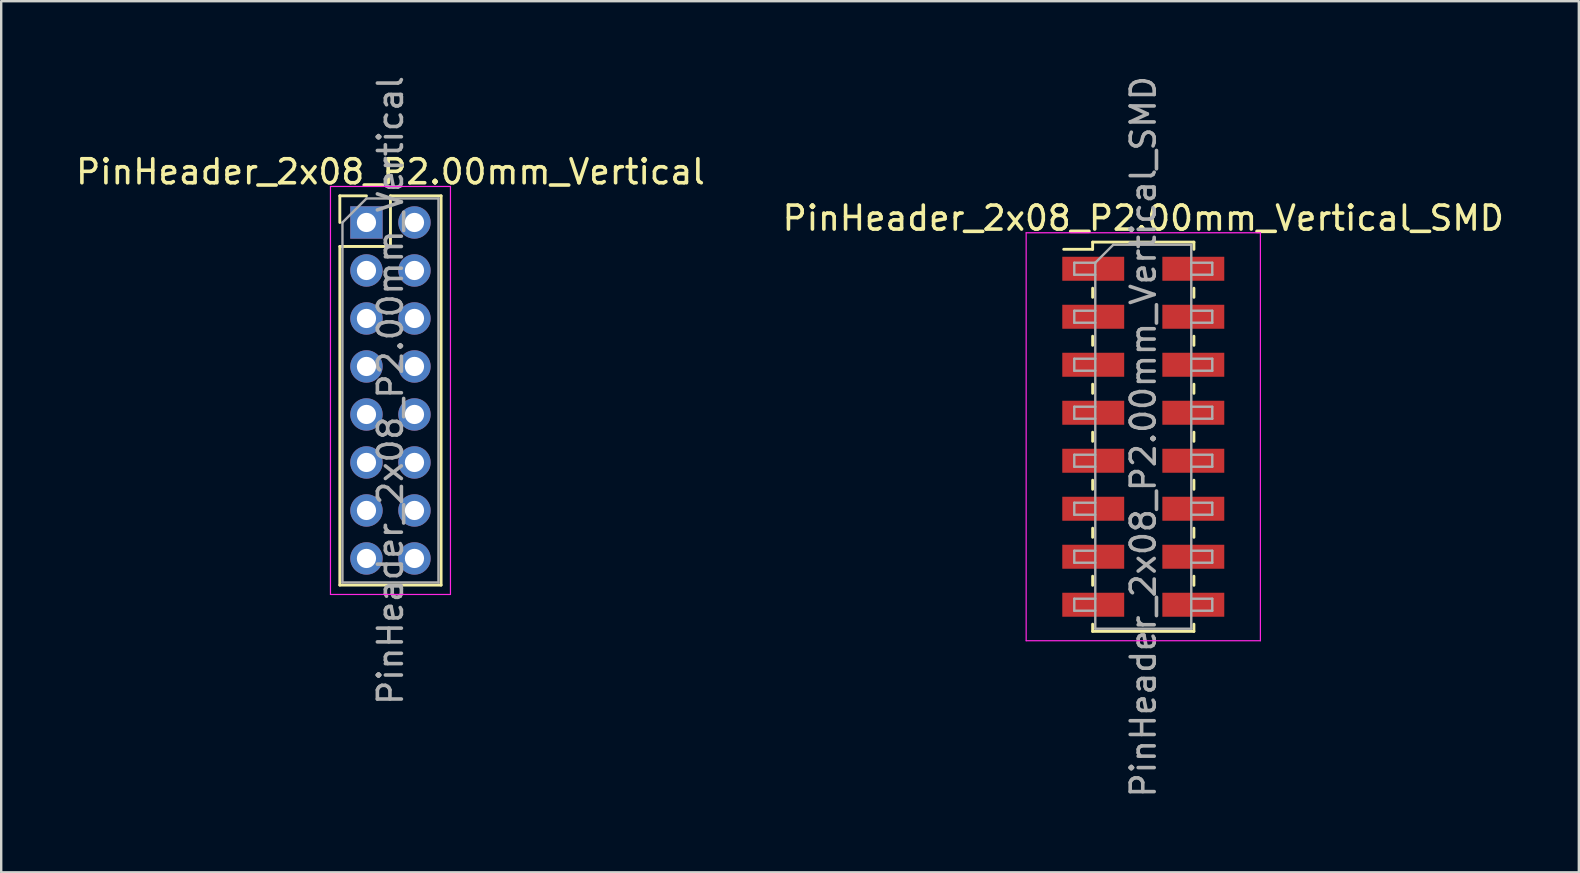
<source format=kicad_pcb>
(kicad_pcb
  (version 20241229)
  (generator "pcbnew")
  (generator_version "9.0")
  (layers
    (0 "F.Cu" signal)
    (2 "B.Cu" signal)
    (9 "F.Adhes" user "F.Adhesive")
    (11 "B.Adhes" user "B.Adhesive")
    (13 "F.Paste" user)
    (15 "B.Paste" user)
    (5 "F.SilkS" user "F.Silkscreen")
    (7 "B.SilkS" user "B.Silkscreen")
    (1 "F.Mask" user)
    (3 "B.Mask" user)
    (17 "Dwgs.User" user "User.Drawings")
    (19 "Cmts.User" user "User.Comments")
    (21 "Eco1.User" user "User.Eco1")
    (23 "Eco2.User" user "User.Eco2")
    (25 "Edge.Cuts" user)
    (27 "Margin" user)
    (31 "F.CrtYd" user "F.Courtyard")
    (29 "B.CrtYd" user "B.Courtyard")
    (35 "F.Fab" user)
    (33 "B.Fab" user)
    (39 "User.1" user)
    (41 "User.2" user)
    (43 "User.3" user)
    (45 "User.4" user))
  (footprint "PinHeader_2x08_P2.00mm_Vertical_SMD"
    (layer "F.Cu")
    (at 44.589 15.149)
    (property "Reference" "PinHeader_2x08_P2.00mm_Vertical_SMD" (at 0 -9.11 0) (layer "F.SilkS") (effects (font (size 1 1) (thickness 0.15))))
    (attr smd)
    (fp_line (start -3.315 -7.81) (end -2.11 -7.81) (stroke (width 0.12) (type solid)) (layer "F.SilkS"))
    (fp_line (start -2.11 -8.11) (end -2.11 -7.81) (stroke (width 0.12) (type solid)) (layer "F.SilkS"))
    (fp_line (start -2.11 -8.11) (end 2.11 -8.11) (stroke (width 0.12) (type solid)) (layer "F.SilkS"))
    (fp_line (start -2.11 -6.19) (end -2.11 -5.81) (stroke (width 0.12) (type solid)) (layer "F.SilkS"))
    (fp_line (start -2.11 -4.19) (end -2.11 -3.81) (stroke (width 0.12) (type solid)) (layer "F.SilkS"))
    (fp_line (start -2.11 -2.19) (end -2.11 -1.81) (stroke (width 0.12) (type solid)) (layer "F.SilkS"))
    (fp_line (start -2.11 -0.19) (end -2.11 0.19) (stroke (width 0.12) (type solid)) (layer "F.SilkS"))
    (fp_line (start -2.11 1.81) (end -2.11 2.19) (stroke (width 0.12) (type solid)) (layer "F.SilkS"))
    (fp_line (start -2.11 3.81) (end -2.11 4.19) (stroke (width 0.12) (type solid)) (layer "F.SilkS"))
    (fp_line (start -2.11 5.81) (end -2.11 6.19) (stroke (width 0.12) (type solid)) (layer "F.SilkS"))
    (fp_line (start -2.11 7.81) (end -2.11 8.11) (stroke (width 0.12) (type solid)) (layer "F.SilkS"))
    (fp_line (start -2.11 8.11) (end 2.11 8.11) (stroke (width 0.12) (type solid)) (layer "F.SilkS"))
    (fp_line (start 2.11 -8.11) (end 2.11 -7.81) (stroke (width 0.12) (type solid)) (layer "F.SilkS"))
    (fp_line (start 2.11 -6.19) (end 2.11 -5.81) (stroke (width 0.12) (type solid)) (layer "F.SilkS"))
    (fp_line (start 2.11 -4.19) (end 2.11 -3.81) (stroke (width 0.12) (type solid)) (layer "F.SilkS"))
    (fp_line (start 2.11 -2.19) (end 2.11 -1.81) (stroke (width 0.12) (type solid)) (layer "F.SilkS"))
    (fp_line (start 2.11 -0.19) (end 2.11 0.19) (stroke (width 0.12) (type solid)) (layer "F.SilkS"))
    (fp_line (start 2.11 1.81) (end 2.11 2.19) (stroke (width 0.12) (type solid)) (layer "F.SilkS"))
    (fp_line (start 2.11 3.81) (end 2.11 4.19) (stroke (width 0.12) (type solid)) (layer "F.SilkS"))
    (fp_line (start 2.11 5.81) (end 2.11 6.19) (stroke (width 0.12) (type solid)) (layer "F.SilkS"))
    (fp_line (start 2.11 7.81) (end 2.11 8.11) (stroke (width 0.12) (type solid)) (layer "F.SilkS"))
    (fp_line (start -4.88 -8.5) (end -4.88 8.5) (stroke (width 0.05) (type solid)) (layer "F.CrtYd"))
    (fp_line (start -4.88 8.5) (end 4.88 8.5) (stroke (width 0.05) (type solid)) (layer "F.CrtYd"))
    (fp_line (start 4.88 -8.5) (end -4.88 -8.5) (stroke (width 0.05) (type solid)) (layer "F.CrtYd"))
    (fp_line (start 4.88 8.5) (end 4.88 -8.5) (stroke (width 0.05) (type solid)) (layer "F.CrtYd"))
    (fp_line (start -2.875 -7.25) (end -2.875 -6.75) (stroke (width 0.1) (type solid)) (layer "F.Fab"))
    (fp_line (start -2.875 -6.75) (end -2 -6.75) (stroke (width 0.1) (type solid)) (layer "F.Fab"))
    (fp_line (start -2.875 -5.25) (end -2.875 -4.75) (stroke (width 0.1) (type solid)) (layer "F.Fab"))
    (fp_line (start -2.875 -4.75) (end -2 -4.75) (stroke (width 0.1) (type solid)) (layer "F.Fab"))
    (fp_line (start -2.875 -3.25) (end -2.875 -2.75) (stroke (width 0.1) (type solid)) (layer "F.Fab"))
    (fp_line (start -2.875 -2.75) (end -2 -2.75) (stroke (width 0.1) (type solid)) (layer "F.Fab"))
    (fp_line (start -2.875 -1.25) (end -2.875 -0.75) (stroke (width 0.1) (type solid)) (layer "F.Fab"))
    (fp_line (start -2.875 -0.75) (end -2 -0.75) (stroke (width 0.1) (type solid)) (layer "F.Fab"))
    (fp_line (start -2.875 0.75) (end -2.875 1.25) (stroke (width 0.1) (type solid)) (layer "F.Fab"))
    (fp_line (start -2.875 1.25) (end -2 1.25) (stroke (width 0.1) (type solid)) (layer "F.Fab"))
    (fp_line (start -2.875 2.75) (end -2.875 3.25) (stroke (width 0.1) (type solid)) (layer "F.Fab"))
    (fp_line (start -2.875 3.25) (end -2 3.25) (stroke (width 0.1) (type solid)) (layer "F.Fab"))
    (fp_line (start -2.875 4.75) (end -2.875 5.25) (stroke (width 0.1) (type solid)) (layer "F.Fab"))
    (fp_line (start -2.875 5.25) (end -2 5.25) (stroke (width 0.1) (type solid)) (layer "F.Fab"))
    (fp_line (start -2.875 6.75) (end -2.875 7.25) (stroke (width 0.1) (type solid)) (layer "F.Fab"))
    (fp_line (start -2.875 7.25) (end -2 7.25) (stroke (width 0.1) (type solid)) (layer "F.Fab"))
    (fp_line (start -2 -7.25) (end -2.875 -7.25) (stroke (width 0.1) (type solid)) (layer "F.Fab"))
    (fp_line (start -2 -7.25) (end -1.25 -8) (stroke (width 0.1) (type solid)) (layer "F.Fab"))
    (fp_line (start -2 -5.25) (end -2.875 -5.25) (stroke (width 0.1) (type solid)) (layer "F.Fab"))
    (fp_line (start -2 -3.25) (end -2.875 -3.25) (stroke (width 0.1) (type solid)) (layer "F.Fab"))
    (fp_line (start -2 -1.25) (end -2.875 -1.25) (stroke (width 0.1) (type solid)) (layer "F.Fab"))
    (fp_line (start -2 0.75) (end -2.875 0.75) (stroke (width 0.1) (type solid)) (layer "F.Fab"))
    (fp_line (start -2 2.75) (end -2.875 2.75) (stroke (width 0.1) (type solid)) (layer "F.Fab"))
    (fp_line (start -2 4.75) (end -2.875 4.75) (stroke (width 0.1) (type solid)) (layer "F.Fab"))
    (fp_line (start -2 6.75) (end -2.875 6.75) (stroke (width 0.1) (type solid)) (layer "F.Fab"))
    (fp_line (start -2 8) (end -2 -7.25) (stroke (width 0.1) (type solid)) (layer "F.Fab"))
    (fp_line (start -1.25 -8) (end 2 -8) (stroke (width 0.1) (type solid)) (layer "F.Fab"))
    (fp_line (start 2 -8) (end 2 8) (stroke (width 0.1) (type solid)) (layer "F.Fab"))
    (fp_line (start 2 -7.25) (end 2.875 -7.25) (stroke (width 0.1) (type solid)) (layer "F.Fab"))
    (fp_line (start 2 -5.25) (end 2.875 -5.25) (stroke (width 0.1) (type solid)) (layer "F.Fab"))
    (fp_line (start 2 -3.25) (end 2.875 -3.25) (stroke (width 0.1) (type solid)) (layer "F.Fab"))
    (fp_line (start 2 -1.25) (end 2.875 -1.25) (stroke (width 0.1) (type solid)) (layer "F.Fab"))
    (fp_line (start 2 0.75) (end 2.875 0.75) (stroke (width 0.1) (type solid)) (layer "F.Fab"))
    (fp_line (start 2 2.75) (end 2.875 2.75) (stroke (width 0.1) (type solid)) (layer "F.Fab"))
    (fp_line (start 2 4.75) (end 2.875 4.75) (stroke (width 0.1) (type solid)) (layer "F.Fab"))
    (fp_line (start 2 6.75) (end 2.875 6.75) (stroke (width 0.1) (type solid)) (layer "F.Fab"))
    (fp_line (start 2 8) (end -2 8) (stroke (width 0.1) (type solid)) (layer "F.Fab"))
    (fp_line (start 2.875 -7.25) (end 2.875 -6.75) (stroke (width 0.1) (type solid)) (layer "F.Fab"))
    (fp_line (start 2.875 -6.75) (end 2 -6.75) (stroke (width 0.1) (type solid)) (layer "F.Fab"))
    (fp_line (start 2.875 -5.25) (end 2.875 -4.75) (stroke (width 0.1) (type solid)) (layer "F.Fab"))
    (fp_line (start 2.875 -4.75) (end 2 -4.75) (stroke (width 0.1) (type solid)) (layer "F.Fab"))
    (fp_line (start 2.875 -3.25) (end 2.875 -2.75) (stroke (width 0.1) (type solid)) (layer "F.Fab"))
    (fp_line (start 2.875 -2.75) (end 2 -2.75) (stroke (width 0.1) (type solid)) (layer "F.Fab"))
    (fp_line (start 2.875 -1.25) (end 2.875 -0.75) (stroke (width 0.1) (type solid)) (layer "F.Fab"))
    (fp_line (start 2.875 -0.75) (end 2 -0.75) (stroke (width 0.1) (type solid)) (layer "F.Fab"))
    (fp_line (start 2.875 0.75) (end 2.875 1.25) (stroke (width 0.1) (type solid)) (layer "F.Fab"))
    (fp_line (start 2.875 1.25) (end 2 1.25) (stroke (width 0.1) (type solid)) (layer "F.Fab"))
    (fp_line (start 2.875 2.75) (end 2.875 3.25) (stroke (width 0.1) (type solid)) (layer "F.Fab"))
    (fp_line (start 2.875 3.25) (end 2 3.25) (stroke (width 0.1) (type solid)) (layer "F.Fab"))
    (fp_line (start 2.875 4.75) (end 2.875 5.25) (stroke (width 0.1) (type solid)) (layer "F.Fab"))
    (fp_line (start 2.875 5.25) (end 2 5.25) (stroke (width 0.1) (type solid)) (layer "F.Fab"))
    (fp_line (start 2.875 6.75) (end 2.875 7.25) (stroke (width 0.1) (type solid)) (layer "F.Fab"))
    (fp_line (start 2.875 7.25) (end 2 7.25) (stroke (width 0.1) (type solid)) (layer "F.Fab"))
    (fp_text user "${REFERENCE}" (at 0 0 90) (layer "F.Fab") (effects (font (size 1 1) (thickness 0.15))))
    (pad "1" smd rect (at -2.085 -7) (size 2.58 1) (layers "F.Cu" "F.Mask" "F.Paste"))
    (pad "2" smd rect (at 2.085 -7) (size 2.58 1) (layers "F.Cu" "F.Mask" "F.Paste"))
    (pad "3" smd rect (at -2.085 -5) (size 2.58 1) (layers "F.Cu" "F.Mask" "F.Paste"))
    (pad "4" smd rect (at 2.085 -5) (size 2.58 1) (layers "F.Cu" "F.Mask" "F.Paste"))
    (pad "5" smd rect (at -2.085 -3) (size 2.58 1) (layers "F.Cu" "F.Mask" "F.Paste"))
    (pad "6" smd rect (at 2.085 -3) (size 2.58 1) (layers "F.Cu" "F.Mask" "F.Paste"))
    (pad "7" smd rect (at -2.085 -1) (size 2.58 1) (layers "F.Cu" "F.Mask" "F.Paste"))
    (pad "8" smd rect (at 2.085 -1) (size 2.58 1) (layers "F.Cu" "F.Mask" "F.Paste"))
    (pad "9" smd rect (at -2.085 1) (size 2.58 1) (layers "F.Cu" "F.Mask" "F.Paste"))
    (pad "10" smd rect (at 2.085 1) (size 2.58 1) (layers "F.Cu" "F.Mask" "F.Paste"))
    (pad "11" smd rect (at -2.085 3) (size 2.58 1) (layers "F.Cu" "F.Mask" "F.Paste"))
    (pad "12" smd rect (at 2.085 3) (size 2.58 1) (layers "F.Cu" "F.Mask" "F.Paste"))
    (pad "13" smd rect (at -2.085 5) (size 2.58 1) (layers "F.Cu" "F.Mask" "F.Paste"))
    (pad "14" smd rect (at 2.085 5) (size 2.58 1) (layers "F.Cu" "F.Mask" "F.Paste"))
    (pad "15" smd rect (at -2.085 7) (size 2.58 1) (layers "F.Cu" "F.Mask" "F.Paste"))
    (pad "16" smd rect (at 2.085 7) (size 2.58 1) (layers "F.Cu" "F.Mask" "F.Paste")))
  (footprint "PinHeader_2x08_P2.00mm_Vertical"
    (layer "F.Cu")
    (at 12.22 6.22)
    (property "Reference" "PinHeader_2x08_P2.00mm_Vertical" (at 1 -2.11 0) (layer "F.SilkS") (effects (font (size 1 1) (thickness 0.15))))
    (attr through_hole)
    (fp_line (start -1.11 -1.11) (end 0 -1.11) (stroke (width 0.12) (type solid)) (layer "F.SilkS"))
    (fp_line (start -1.11 0) (end -1.11 -1.11) (stroke (width 0.12) (type solid)) (layer "F.SilkS"))
    (fp_line (start -1.11 1) (end -1.11 15.11) (stroke (width 0.12) (type solid)) (layer "F.SilkS"))
    (fp_line (start -1.11 1) (end 1 1) (stroke (width 0.12) (type solid)) (layer "F.SilkS"))
    (fp_line (start -1.11 15.11) (end 3.11 15.11) (stroke (width 0.12) (type solid)) (layer "F.SilkS"))
    (fp_line (start 1 -1.11) (end 3.11 -1.11) (stroke (width 0.12) (type solid)) (layer "F.SilkS"))
    (fp_line (start 1 1) (end 1 -1.11) (stroke (width 0.12) (type solid)) (layer "F.SilkS"))
    (fp_line (start 3.11 -1.11) (end 3.11 15.11) (stroke (width 0.12) (type solid)) (layer "F.SilkS"))
    (fp_line (start -1.5 -1.5) (end -1.5 15.5) (stroke (width 0.05) (type solid)) (layer "F.CrtYd"))
    (fp_line (start -1.5 15.5) (end 3.5 15.5) (stroke (width 0.05) (type solid)) (layer "F.CrtYd"))
    (fp_line (start 3.5 -1.5) (end -1.5 -1.5) (stroke (width 0.05) (type solid)) (layer "F.CrtYd"))
    (fp_line (start 3.5 15.5) (end 3.5 -1.5) (stroke (width 0.05) (type solid)) (layer "F.CrtYd"))
    (fp_line (start -1 0) (end 0 -1) (stroke (width 0.1) (type solid)) (layer "F.Fab"))
    (fp_line (start -1 15) (end -1 0) (stroke (width 0.1) (type solid)) (layer "F.Fab"))
    (fp_line (start 0 -1) (end 3 -1) (stroke (width 0.1) (type solid)) (layer "F.Fab"))
    (fp_line (start 3 -1) (end 3 15) (stroke (width 0.1) (type solid)) (layer "F.Fab"))
    (fp_line (start 3 15) (end -1 15) (stroke (width 0.1) (type solid)) (layer "F.Fab"))
    (fp_text user "${REFERENCE}" (at 1 7 90) (layer "F.Fab") (effects (font (size 1 1) (thickness 0.15))))
    (pad "1" thru_hole rect (at 0 0) (size 1.35 1.35) (drill 0.8) (layers "*.Cu" "*.Mask"))
    (pad "2" thru_hole circle (at 2 0) (size 1.35 1.35) (drill 0.8) (layers "*.Cu" "*.Mask"))
    (pad "3" thru_hole circle (at 0 2) (size 1.35 1.35) (drill 0.8) (layers "*.Cu" "*.Mask"))
    (pad "4" thru_hole circle (at 2 2) (size 1.35 1.35) (drill 0.8) (layers "*.Cu" "*.Mask"))
    (pad "5" thru_hole circle (at 0 4) (size 1.35 1.35) (drill 0.8) (layers "*.Cu" "*.Mask"))
    (pad "6" thru_hole circle (at 2 4) (size 1.35 1.35) (drill 0.8) (layers "*.Cu" "*.Mask"))
    (pad "7" thru_hole circle (at 0 6) (size 1.35 1.35) (drill 0.8) (layers "*.Cu" "*.Mask"))
    (pad "8" thru_hole circle (at 2 6) (size 1.35 1.35) (drill 0.8) (layers "*.Cu" "*.Mask"))
    (pad "9" thru_hole circle (at 0 8) (size 1.35 1.35) (drill 0.8) (layers "*.Cu" "*.Mask"))
    (pad "10" thru_hole circle (at 2 8) (size 1.35 1.35) (drill 0.8) (layers "*.Cu" "*.Mask"))
    (pad "11" thru_hole circle (at 0 10) (size 1.35 1.35) (drill 0.8) (layers "*.Cu" "*.Mask"))
    (pad "12" thru_hole circle (at 2 10) (size 1.35 1.35) (drill 0.8) (layers "*.Cu" "*.Mask"))
    (pad "13" thru_hole circle (at 0 12) (size 1.35 1.35) (drill 0.8) (layers "*.Cu" "*.Mask"))
    (pad "14" thru_hole circle (at 2 12) (size 1.35 1.35) (drill 0.8) (layers "*.Cu" "*.Mask"))
    (pad "15" thru_hole circle (at 0 14) (size 1.35 1.35) (drill 0.8) (layers "*.Cu" "*.Mask"))
    (pad "16" thru_hole circle (at 2 14) (size 1.35 1.35) (drill 0.8) (layers "*.Cu" "*.Mask")))
  (gr_rect
    (start -3 -3)
    (end 62.738 33.298)
    (stroke (width 0.1) (type default))
    (fill no)
    (layer "Edge.Cuts")))
</source>
